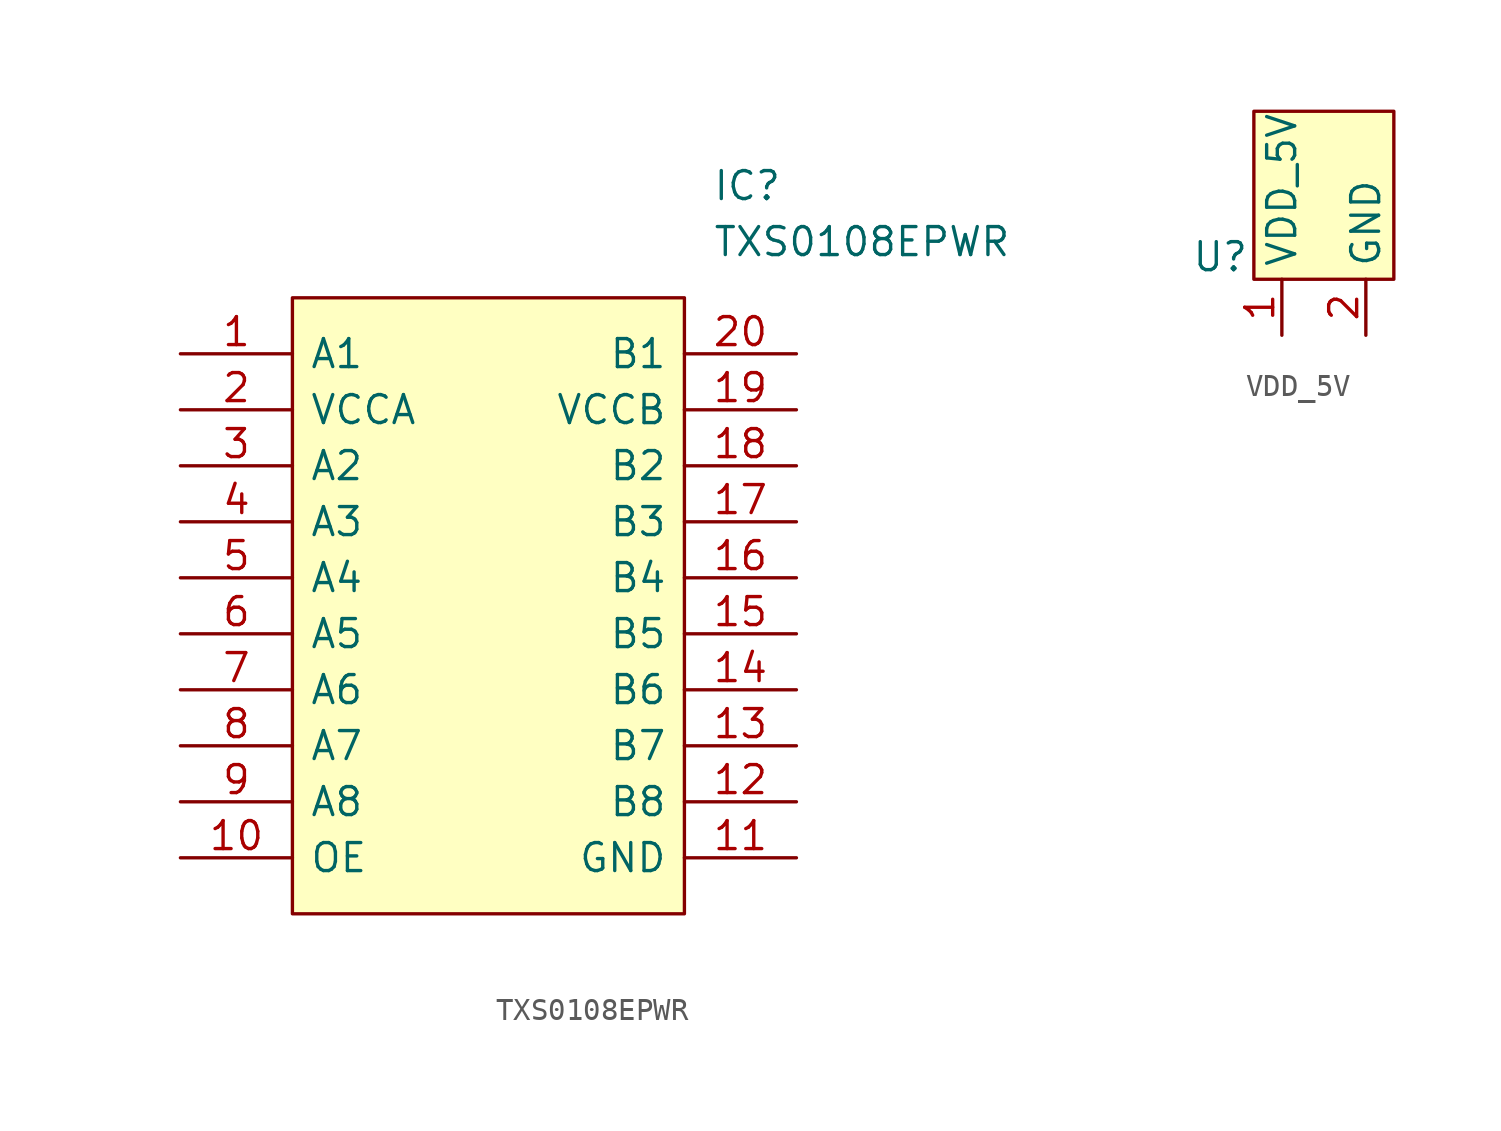
<source format=kicad_sym>
(kicad_symbol_lib
  (version 20231120)
  (generator "kicad_symbol_editor")
  (generator_version "8.0")
  (symbol "TXS0108EPWR"
    (pin_names
      (offset 0.762))
    (property "Reference" "IC"
      (at 24.13 7.62 0)
      (effects (font (size 1.27 1.27)) (justify left)))
    (property "Value" "TXS0108EPWR"
      (at 24.13 5.08 0)
      (effects (font (size 1.27 1.27)) (justify left)))
    (symbol "TXS0108EPWR_0_0"
      (pin passive line (at 0 0 0) (length 5.08) (name "A1" (effects (font (size 1.27 1.27)))) (number "1" (effects (font (size 1.27 1.27)))))
      (pin passive line (at 0 -22.86 0) (length 5.08) (name "OE" (effects (font (size 1.27 1.27)))) (number "10" (effects (font (size 1.27 1.27)))))
      (pin passive line (at 27.94 -22.86 180) (length 5.08) (name "GND" (effects (font (size 1.27 1.27)))) (number "11" (effects (font (size 1.27 1.27)))))
      (pin passive line (at 27.94 -20.32 180) (length 5.08) (name "B8" (effects (font (size 1.27 1.27)))) (number "12" (effects (font (size 1.27 1.27)))))
      (pin passive line (at 27.94 -17.78 180) (length 5.08) (name "B7" (effects (font (size 1.27 1.27)))) (number "13" (effects (font (size 1.27 1.27)))))
      (pin passive line (at 27.94 -15.24 180) (length 5.08) (name "B6" (effects (font (size 1.27 1.27)))) (number "14" (effects (font (size 1.27 1.27)))))
      (pin passive line (at 27.94 -12.7 180) (length 5.08) (name "B5" (effects (font (size 1.27 1.27)))) (number "15" (effects (font (size 1.27 1.27)))))
      (pin passive line (at 27.94 -10.16 180) (length 5.08) (name "B4" (effects (font (size 1.27 1.27)))) (number "16" (effects (font (size 1.27 1.27)))))
      (pin passive line (at 27.94 -7.62 180) (length 5.08) (name "B3" (effects (font (size 1.27 1.27)))) (number "17" (effects (font (size 1.27 1.27)))))
      (pin passive line (at 27.94 -5.08 180) (length 5.08) (name "B2" (effects (font (size 1.27 1.27)))) (number "18" (effects (font (size 1.27 1.27)))))
      (pin passive line (at 27.94 -2.54 180) (length 5.08) (name "VCCB" (effects (font (size 1.27 1.27)))) (number "19" (effects (font (size 1.27 1.27)))))
      (pin passive line (at 0 -2.54 0) (length 5.08) (name "VCCA" (effects (font (size 1.27 1.27)))) (number "2" (effects (font (size 1.27 1.27)))))
      (pin passive line (at 27.94 0 180) (length 5.08) (name "B1" (effects (font (size 1.27 1.27)))) (number "20" (effects (font (size 1.27 1.27)))))
      (pin passive line (at 0 -5.08 0) (length 5.08) (name "A2" (effects (font (size 1.27 1.27)))) (number "3" (effects (font (size 1.27 1.27)))))
      (pin passive line (at 0 -7.62 0) (length 5.08) (name "A3" (effects (font (size 1.27 1.27)))) (number "4" (effects (font (size 1.27 1.27)))))
      (pin passive line (at 0 -10.16 0) (length 5.08) (name "A4" (effects (font (size 1.27 1.27)))) (number "5" (effects (font (size 1.27 1.27)))))
      (pin passive line (at 0 -12.7 0) (length 5.08) (name "A5" (effects (font (size 1.27 1.27)))) (number "6" (effects (font (size 1.27 1.27)))))
      (pin passive line (at 0 -15.24 0) (length 5.08) (name "A6" (effects (font (size 1.27 1.27)))) (number "7" (effects (font (size 1.27 1.27)))))
      (pin passive line (at 0 -17.78 0) (length 5.08) (name "A7" (effects (font (size 1.27 1.27)))) (number "8" (effects (font (size 1.27 1.27)))))
      (pin passive line (at 0 -20.32 0) (length 5.08) (name "A8" (effects (font (size 1.27 1.27)))) (number "9" (effects (font (size 1.27 1.27))))))
    (symbol "TXS0108EPWR_1_1"
      (polyline (pts (xy 5.08 2.54) (xy 22.86 2.54) (xy 22.86 -25.4) (xy 5.08 -25.4) (xy 5.08 2.54)) (stroke (width 0.152) (type solid)) (fill (type background)))))
  (symbol "VDD_5V"
    (property "Reference" "U"
      (at -1.524 1.016 0)
      (effects (font (size 1.27 1.27))))
    (property "Value" ""
      (at 0 0 0)
      (effects (font (size 1.27 1.27))))
    (symbol "VDD_5V_1_1"
      (rectangle (start 0 7.62) (end 6.35 0) (stroke (width 0) (type default)) (fill (type background)))
      (pin input line (at 1.27 -2.54 90) (length 2.54) (name "VDD_5V" (effects (font (size 1.27 1.27)))) (number "1" (effects (font (size 1.27 1.27)))))
      (pin input line (at 5.08 -2.54 90) (length 2.54) (name "GND" (effects (font (size 1.27 1.27)))) (number "2" (effects (font (size 1.27 1.27))))))))
</source>
